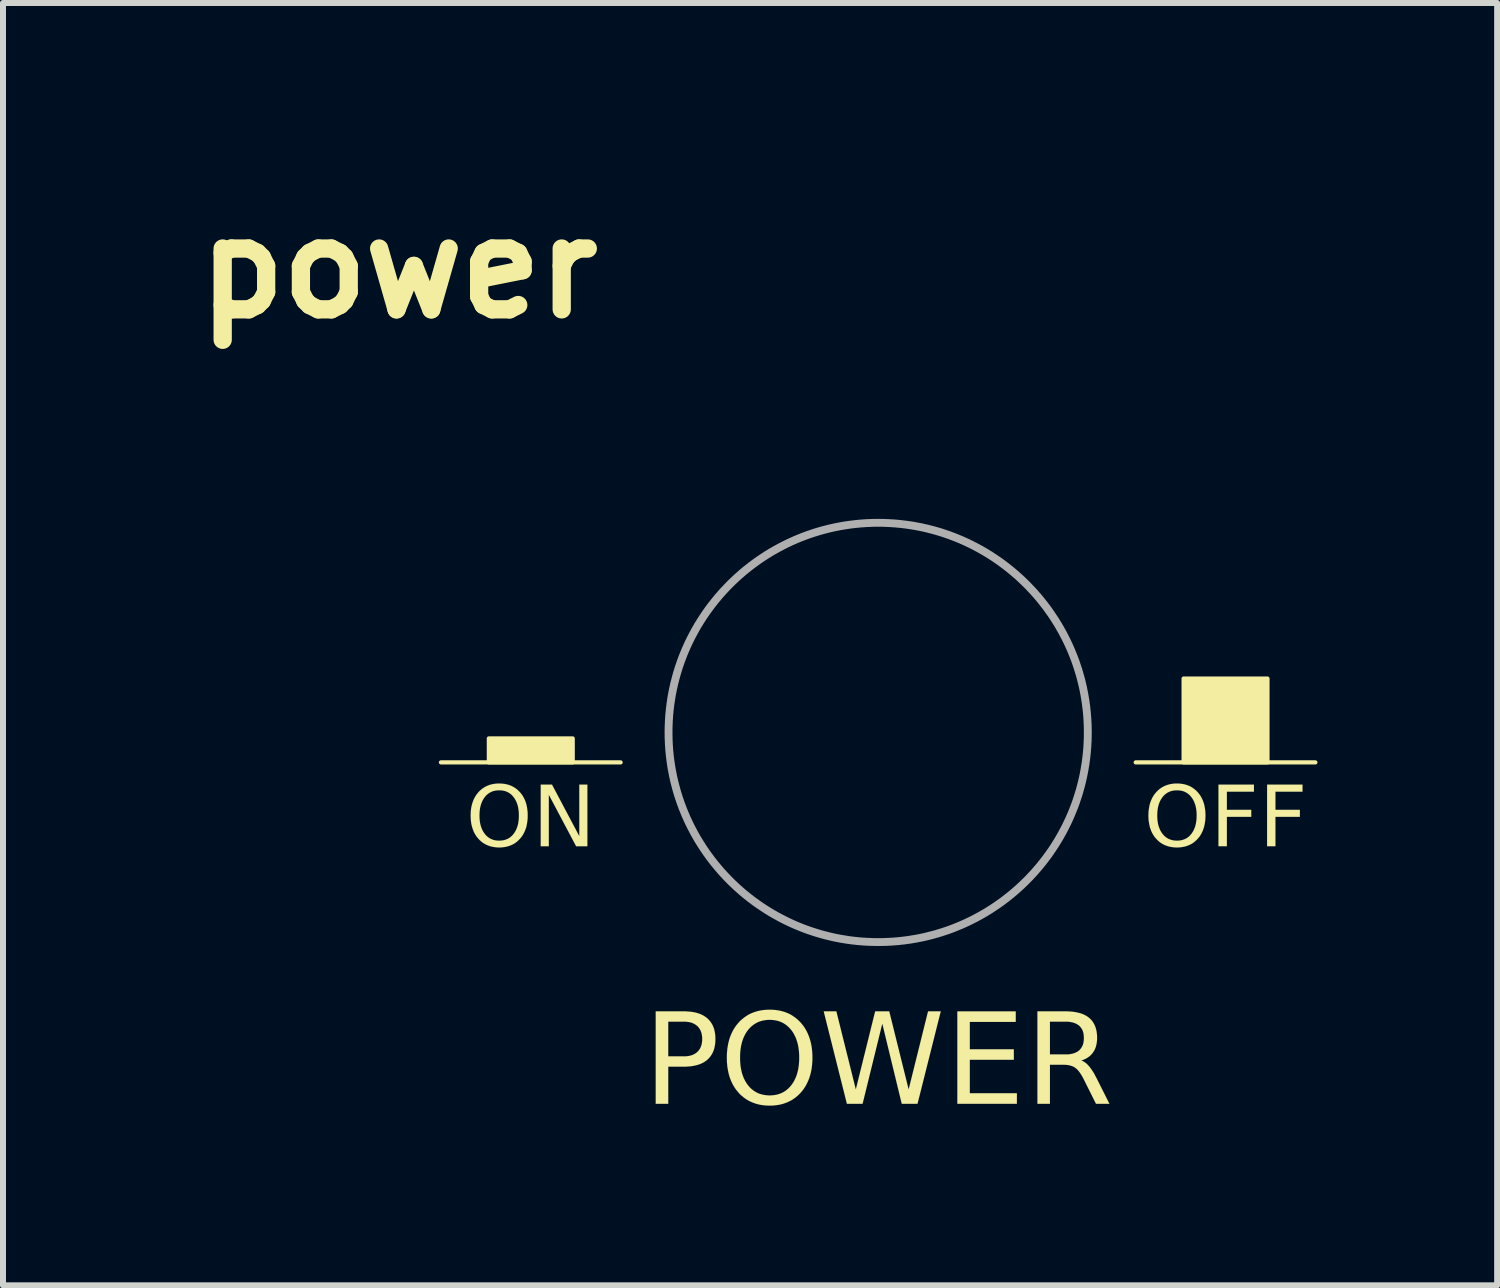
<source format=kicad_pcb>
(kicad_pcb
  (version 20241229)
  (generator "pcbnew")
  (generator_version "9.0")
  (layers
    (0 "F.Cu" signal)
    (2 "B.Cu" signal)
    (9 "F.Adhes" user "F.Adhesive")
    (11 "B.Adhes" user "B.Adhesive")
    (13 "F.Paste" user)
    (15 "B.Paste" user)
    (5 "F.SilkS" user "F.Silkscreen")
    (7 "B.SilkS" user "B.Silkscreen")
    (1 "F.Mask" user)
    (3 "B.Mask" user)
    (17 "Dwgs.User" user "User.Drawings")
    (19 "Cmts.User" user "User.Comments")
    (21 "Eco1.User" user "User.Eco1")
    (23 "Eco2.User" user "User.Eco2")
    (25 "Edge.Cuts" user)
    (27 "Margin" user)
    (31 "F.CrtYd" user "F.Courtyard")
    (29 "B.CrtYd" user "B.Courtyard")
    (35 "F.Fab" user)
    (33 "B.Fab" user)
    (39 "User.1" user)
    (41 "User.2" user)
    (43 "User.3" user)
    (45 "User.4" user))
  (footprint "power"
    (layer "F.Cu")
    (at 3.607 4.474)
    (property "Reference" "power" (at 0 -3.048 0) (layer "F.SilkS") (effects (font (size 1.524 1.524) (thickness 0.305))))
    (attr exclude_from_pos_files exclude_from_bom)
    (fp_line (start 0.705 5.205) (end 3.705 5.205) (stroke (width 0.07) (type solid)) (layer "F.SilkS"))
    (fp_line (start 12.305 5.205) (end 15.305 5.205) (stroke (width 0.07) (type solid)) (layer "F.SilkS"))
    (fp_poly (pts (xy 1.505 5.205) (xy 1.505 4.805) (xy 2.905 4.805) (xy 2.905 5.205) (xy 1.505 5.205)) (stroke (width 0.07) (type solid)) (fill yes) (layer "F.SilkS"))
    (fp_poly (pts (xy 13.105 5.205) (xy 13.105 3.805) (xy 14.505 3.805) (xy 14.505 5.205) (xy 13.105 5.205)) (stroke (width 0.07) (type solid)) (fill yes) (layer "F.SilkS"))
    (fp_poly (pts (xy 2.371 5.576) (xy 2.559 5.576) (xy 3.015 6.437) (xy 3.015 5.576) (xy 3.15 5.576) (xy 3.15 6.605) (xy 2.962 6.605) (xy 2.506 5.745) (xy 2.506 6.605) (xy 2.371 6.605) (xy 2.371 5.576)) (stroke (width 0.001) (type solid)) (fill yes) (layer "F.SilkS"))
    (fp_poly (pts (xy 13.687 5.576) (xy 14.279 5.576) (xy 14.279 5.694) (xy 13.827 5.694) (xy 13.827 5.997) (xy 14.234 5.997) (xy 14.234 6.114) (xy 13.827 6.114) (xy 13.827 6.605) (xy 13.687 6.605) (xy 13.687 5.576)) (stroke (width 0.001) (type solid)) (fill yes) (layer "F.SilkS"))
    (fp_poly (pts (xy 14.499 5.576) (xy 15.09 5.576) (xy 15.09 5.694) (xy 14.638 5.694) (xy 14.638 5.997) (xy 15.046 5.997) (xy 15.046 6.114) (xy 14.638 6.114) (xy 14.638 6.605) (xy 14.499 6.605) (xy 14.499 5.576)) (stroke (width 0.001) (type solid)) (fill yes) (layer "F.SilkS"))
    (fp_poly (pts (xy 9.327 9.362) (xy 10.302 9.362) (xy 10.302 9.538) (xy 9.535 9.538) (xy 9.535 9.995) (xy 10.27 9.995) (xy 10.27 10.17) (xy 9.535 10.17) (xy 9.535 10.729) (xy 10.321 10.729) (xy 10.321 10.905) (xy 9.327 10.905) (xy 9.327 9.362)) (stroke (width 0.001) (type solid)) (fill yes) (layer "F.SilkS"))
    (fp_poly (pts (xy 7.096 9.362) (xy 7.307 9.362) (xy 7.632 10.666) (xy 7.955 9.362) (xy 8.19 9.362) (xy 8.514 10.666) (xy 8.838 9.362) (xy 9.05 9.362) (xy 8.662 10.905) (xy 8.399 10.905) (xy 8.074 9.566) (xy 7.745 10.905) (xy 7.483 10.905) (xy 7.096 9.362)) (stroke (width 0.001) (type solid)) (fill yes) (layer "F.SilkS"))
    (fp_poly (pts (xy 4.5 9.534) (xy 4.291 9.362) (xy 4.762 9.362) (xy 4.793 9.362) (xy 4.822 9.364) (xy 4.85 9.366) (xy 4.877 9.369) (xy 4.904 9.372) (xy 4.93 9.377) (xy 4.955 9.382) (xy 4.978 9.388) (xy 5.001 9.395) (xy 5.024 9.403) (xy 5.045 9.411) (xy 5.065 9.421) (xy 5.085 9.431) (xy 5.103 9.442) (xy 5.121 9.454) (xy 5.138 9.466) (xy 5.154 9.48) (xy 5.17 9.495) (xy 5.185 9.511) (xy 5.199 9.528) (xy 5.212 9.545) (xy 5.224 9.564) (xy 5.235 9.583) (xy 5.245 9.603) (xy 5.254 9.624) (xy 5.262 9.646) (xy 5.269 9.669) (xy 5.274 9.692) (xy 5.279 9.717) (xy 5.283 9.742) (xy 5.285 9.768) (xy 5.287 9.795) (xy 5.287 9.823) (xy 5.287 9.851) (xy 5.285 9.878) (xy 5.283 9.905) (xy 5.279 9.93) (xy 5.274 9.955) (xy 5.269 9.979) (xy 5.262 10.001) (xy 5.254 10.024) (xy 5.245 10.045) (xy 5.235 10.065) (xy 5.224 10.084) (xy 5.212 10.103) (xy 5.199 10.12) (xy 5.185 10.137) (xy 5.17 10.153) (xy 5.154 10.168) (xy 5.138 10.182) (xy 5.121 10.194) (xy 5.103 10.206) (xy 5.085 10.217) (xy 5.065 10.227) (xy 5.045 10.236) (xy 5.024 10.245) (xy 5.001 10.252) (xy 4.978 10.259) (xy 4.955 10.265) (xy 4.93 10.27) (xy 4.904 10.275) (xy 4.877 10.279) (xy 4.85 10.281) (xy 4.822 10.283) (xy 4.793 10.285) (xy 4.762 10.285) (xy 4.5 10.285) (xy 4.5 10.905) (xy 4.291 10.905) (xy 4.291 9.362) (xy 4.5 9.534) (xy 4.5 10.113) (xy 4.762 10.113) (xy 4.791 10.113) (xy 4.818 10.11) (xy 4.844 10.107) (xy 4.868 10.101) (xy 4.892 10.095) (xy 4.914 10.086) (xy 4.934 10.076) (xy 4.953 10.065) (xy 4.971 10.052) (xy 4.988 10.038) (xy 5.003 10.022) (xy 5.016 10.005) (xy 5.028 9.987) (xy 5.039 9.967) (xy 5.047 9.947) (xy 5.055 9.924) (xy 5.06 9.901) (xy 5.064 9.876) (xy 5.067 9.85) (xy 5.067 9.823) (xy 5.067 9.796) (xy 5.064 9.77) (xy 5.06 9.746) (xy 5.055 9.722) (xy 5.047 9.7) (xy 5.039 9.68) (xy 5.028 9.66) (xy 5.016 9.642) (xy 5.003 9.625) (xy 4.988 9.609) (xy 4.971 9.595) (xy 4.953 9.582) (xy 4.934 9.571) (xy 4.914 9.561) (xy 4.892 9.552) (xy 4.868 9.546) (xy 4.844 9.54) (xy 4.818 9.537) (xy 4.791 9.534) (xy 4.762 9.534) (xy 4.5 9.534)) (stroke (width 0.001) (type solid)) (fill yes) (layer "F.SilkS"))
    (fp_poly (pts (xy 11.396 10.182) (xy 10.873 10.081) (xy 11.135 10.081) (xy 11.165 10.081) (xy 11.193 10.079) (xy 11.219 10.075) (xy 11.244 10.07) (xy 11.267 10.064) (xy 11.289 10.056) (xy 11.31 10.047) (xy 11.329 10.037) (xy 11.347 10.025) (xy 11.363 10.012) (xy 11.377 9.997) (xy 11.39 9.981) (xy 11.402 9.964) (xy 11.412 9.945) (xy 11.421 9.926) (xy 11.428 9.904) (xy 11.433 9.882) (xy 11.437 9.858) (xy 11.439 9.833) (xy 11.44 9.806) (xy 11.439 9.78) (xy 11.437 9.755) (xy 11.433 9.731) (xy 11.428 9.709) (xy 11.421 9.688) (xy 11.412 9.668) (xy 11.402 9.65) (xy 11.39 9.633) (xy 11.377 9.617) (xy 11.363 9.603) (xy 11.347 9.59) (xy 11.329 9.578) (xy 11.31 9.568) (xy 11.289 9.559) (xy 11.267 9.551) (xy 11.244 9.545) (xy 11.219 9.54) (xy 11.193 9.536) (xy 11.165 9.534) (xy 11.135 9.534) (xy 10.873 9.534) (xy 10.873 10.081) (xy 11.396 10.182) (xy 11.415 10.189) (xy 11.434 10.199) (xy 11.452 10.211) (xy 11.471 10.224) (xy 11.49 10.24) (xy 11.508 10.259) (xy 11.526 10.279) (xy 11.539 10.294) (xy 11.551 10.311) (xy 11.564 10.328) (xy 11.577 10.347) (xy 11.59 10.367) (xy 11.603 10.388) (xy 11.616 10.41) (xy 11.628 10.434) (xy 11.641 10.458) (xy 11.654 10.483) (xy 11.866 10.905) (xy 11.642 10.905) (xy 11.444 10.509) (xy 11.429 10.479) (xy 11.414 10.451) (xy 11.399 10.426) (xy 11.384 10.402) (xy 11.369 10.38) (xy 11.354 10.361) (xy 11.339 10.343) (xy 11.324 10.328) (xy 11.31 10.315) (xy 11.295 10.304) (xy 11.277 10.292) (xy 11.256 10.281) (xy 11.234 10.273) (xy 11.211 10.266) (xy 11.186 10.26) (xy 11.159 10.256) (xy 11.13 10.254) (xy 11.1 10.253) (xy 10.873 10.253) (xy 10.873 10.905) (xy 10.664 10.905) (xy 10.664 9.362) (xy 11.135 9.362) (xy 11.166 9.362) (xy 11.196 9.364) (xy 11.224 9.365) (xy 11.252 9.368) (xy 11.279 9.372) (xy 11.305 9.376) (xy 11.33 9.381) (xy 11.354 9.387) (xy 11.378 9.393) (xy 11.4 9.4) (xy 11.421 9.408) (xy 11.442 9.417) (xy 11.461 9.427) (xy 11.48 9.437) (xy 11.497 9.448) (xy 11.514 9.46) (xy 11.53 9.473) (xy 11.547 9.488) (xy 11.562 9.504) (xy 11.577 9.521) (xy 11.59 9.54) (xy 11.602 9.559) (xy 11.613 9.579) (xy 11.623 9.6) (xy 11.632 9.623) (xy 11.639 9.646) (xy 11.646 9.67) (xy 11.651 9.695) (xy 11.655 9.722) (xy 11.658 9.749) (xy 11.66 9.777) (xy 11.66 9.806) (xy 11.66 9.835) (xy 11.657 9.863) (xy 11.654 9.889) (xy 11.649 9.915) (xy 11.643 9.94) (xy 11.636 9.963) (xy 11.627 9.986) (xy 11.617 10.008) (xy 11.605 10.029) (xy 11.592 10.048) (xy 11.578 10.067) (xy 11.563 10.084) (xy 11.546 10.101) (xy 11.528 10.116) (xy 11.509 10.13) (xy 11.489 10.142) (xy 11.468 10.154) (xy 11.445 10.164) (xy 11.421 10.174) (xy 11.396 10.182) (xy 11.396 10.182)) (stroke (width 0.001) (type solid)) (fill yes) (layer "F.SilkS"))
    (fp_poly (pts (xy 1.678 5.671) (xy 1.678 5.558) (xy 1.705 5.558) (xy 1.731 5.56) (xy 1.756 5.563) (xy 1.781 5.567) (xy 1.805 5.572) (xy 1.828 5.578) (xy 1.851 5.586) (xy 1.873 5.594) (xy 1.894 5.604) (xy 1.915 5.615) (xy 1.935 5.627) (xy 1.954 5.64) (xy 1.972 5.654) (xy 1.99 5.669) (xy 2.007 5.686) (xy 2.024 5.703) (xy 2.039 5.721) (xy 2.053 5.739) (xy 2.066 5.757) (xy 2.078 5.777) (xy 2.089 5.797) (xy 2.099 5.818) (xy 2.109 5.839) (xy 2.117 5.861) (xy 2.125 5.884) (xy 2.132 5.908) (xy 2.137 5.932) (xy 2.142 5.957) (xy 2.146 5.983) (xy 2.149 6.009) (xy 2.152 6.036) (xy 2.153 6.063) (xy 2.153 6.092) (xy 2.153 6.12) (xy 2.152 6.148) (xy 2.149 6.175) (xy 2.146 6.201) (xy 2.142 6.226) (xy 2.137 6.251) (xy 2.132 6.276) (xy 2.125 6.299) (xy 2.117 6.322) (xy 2.109 6.344) (xy 2.099 6.366) (xy 2.089 6.386) (xy 2.078 6.407) (xy 2.066 6.426) (xy 2.053 6.445) (xy 2.039 6.463) (xy 2.024 6.48) (xy 2.007 6.498) (xy 1.99 6.514) (xy 1.972 6.53) (xy 1.954 6.544) (xy 1.935 6.557) (xy 1.915 6.569) (xy 1.894 6.579) (xy 1.873 6.589) (xy 1.851 6.597) (xy 1.828 6.605) (xy 1.805 6.611) (xy 1.781 6.616) (xy 1.756 6.62) (xy 1.731 6.623) (xy 1.705 6.625) (xy 1.678 6.625) (xy 1.651 6.625) (xy 1.625 6.623) (xy 1.6 6.62) (xy 1.575 6.616) (xy 1.551 6.611) (xy 1.527 6.605) (xy 1.505 6.597) (xy 1.483 6.589) (xy 1.461 6.579) (xy 1.441 6.569) (xy 1.421 6.557) (xy 1.401 6.544) (xy 1.383 6.53) (xy 1.365 6.514) (xy 1.347 6.498) (xy 1.331 6.48) (xy 1.316 6.463) (xy 1.302 6.445) (xy 1.289 6.426) (xy 1.277 6.407) (xy 1.266 6.387) (xy 1.255 6.366) (xy 1.246 6.344) (xy 1.238 6.322) (xy 1.23 6.299) (xy 1.223 6.276) (xy 1.217 6.252) (xy 1.212 6.227) (xy 1.208 6.201) (xy 1.205 6.175) (xy 1.203 6.148) (xy 1.202 6.12) (xy 1.201 6.092) (xy 1.202 6.063) (xy 1.203 6.036) (xy 1.205 6.009) (xy 1.208 5.983) (xy 1.212 5.957) (xy 1.217 5.932) (xy 1.223 5.908) (xy 1.23 5.884) (xy 1.238 5.861) (xy 1.246 5.839) (xy 1.255 5.818) (xy 1.266 5.797) (xy 1.277 5.777) (xy 1.289 5.757) (xy 1.302 5.739) (xy 1.316 5.721) (xy 1.331 5.703) (xy 1.347 5.686) (xy 1.365 5.669) (xy 1.383 5.654) (xy 1.401 5.64) (xy 1.421 5.627) (xy 1.441 5.615) (xy 1.461 5.604) (xy 1.483 5.594) (xy 1.505 5.586) (xy 1.527 5.578) (xy 1.551 5.572) (xy 1.575 5.567) (xy 1.6 5.563) (xy 1.625 5.56) (xy 1.651 5.558) (xy 1.678 5.558) (xy 1.678 5.671) (xy 1.653 5.672) (xy 1.629 5.674) (xy 1.606 5.678) (xy 1.584 5.683) (xy 1.562 5.69) (xy 1.542 5.699) (xy 1.522 5.709) (xy 1.503 5.721) (xy 1.486 5.734) (xy 1.468 5.749) (xy 1.452 5.766) (xy 1.437 5.784) (xy 1.424 5.802) (xy 1.412 5.821) (xy 1.401 5.84) (xy 1.391 5.861) (xy 1.382 5.883) (xy 1.374 5.906) (xy 1.367 5.929) (xy 1.361 5.954) (xy 1.356 5.98) (xy 1.353 6.006) (xy 1.35 6.034) (xy 1.349 6.062) (xy 1.348 6.092) (xy 1.349 6.121) (xy 1.35 6.15) (xy 1.353 6.177) (xy 1.356 6.204) (xy 1.361 6.229) (xy 1.367 6.254) (xy 1.374 6.277) (xy 1.382 6.3) (xy 1.391 6.322) (xy 1.401 6.343) (xy 1.412 6.362) (xy 1.424 6.381) (xy 1.437 6.399) (xy 1.452 6.417) (xy 1.468 6.434) (xy 1.486 6.449) (xy 1.503 6.462) (xy 1.522 6.474) (xy 1.542 6.484) (xy 1.562 6.492) (xy 1.584 6.5) (xy 1.606 6.505) (xy 1.629 6.509) (xy 1.653 6.511) (xy 1.678 6.512) (xy 1.703 6.511) (xy 1.727 6.509) (xy 1.75 6.505) (xy 1.772 6.5) (xy 1.793 6.492) (xy 1.814 6.484) (xy 1.833 6.474) (xy 1.852 6.462) (xy 1.87 6.449) (xy 1.887 6.434) (xy 1.903 6.417) (xy 1.918 6.399) (xy 1.931 6.381) (xy 1.943 6.362) (xy 1.954 6.343) (xy 1.964 6.322) (xy 1.973 6.3) (xy 1.981 6.277) (xy 1.988 6.254) (xy 1.994 6.229) (xy 1.998 6.204) (xy 2.002 6.177) (xy 2.005 6.15) (xy 2.006 6.121) (xy 2.007 6.092) (xy 2.006 6.062) (xy 2.005 6.034) (xy 2.002 6.006) (xy 1.998 5.98) (xy 1.994 5.954) (xy 1.988 5.929) (xy 1.981 5.906) (xy 1.973 5.883) (xy 1.964 5.861) (xy 1.954 5.84) (xy 1.943 5.821) (xy 1.931 5.802) (xy 1.918 5.784) (xy 1.903 5.766) (xy 1.887 5.749) (xy 1.87 5.734) (xy 1.852 5.721) (xy 1.833 5.709) (xy 1.814 5.699) (xy 1.793 5.69) (xy 1.772 5.683) (xy 1.75 5.678) (xy 1.727 5.674) (xy 1.703 5.672) (xy 1.678 5.671)) (stroke (width 0.001) (type solid)) (fill yes) (layer "F.SilkS"))
    (fp_poly (pts (xy 12.994 5.671) (xy 12.994 5.558) (xy 13.021 5.558) (xy 13.047 5.56) (xy 13.072 5.563) (xy 13.097 5.567) (xy 13.121 5.572) (xy 13.144 5.578) (xy 13.167 5.586) (xy 13.189 5.594) (xy 13.21 5.604) (xy 13.231 5.615) (xy 13.251 5.627) (xy 13.27 5.64) (xy 13.288 5.654) (xy 13.306 5.669) (xy 13.324 5.686) (xy 13.34 5.703) (xy 13.355 5.721) (xy 13.369 5.739) (xy 13.382 5.757) (xy 13.394 5.777) (xy 13.405 5.797) (xy 13.415 5.818) (xy 13.425 5.839) (xy 13.433 5.861) (xy 13.441 5.884) (xy 13.448 5.908) (xy 13.453 5.932) (xy 13.458 5.957) (xy 13.462 5.983) (xy 13.466 6.009) (xy 13.468 6.036) (xy 13.469 6.063) (xy 13.47 6.092) (xy 13.469 6.12) (xy 13.468 6.148) (xy 13.466 6.175) (xy 13.462 6.201) (xy 13.458 6.226) (xy 13.453 6.251) (xy 13.448 6.276) (xy 13.441 6.299) (xy 13.433 6.322) (xy 13.425 6.344) (xy 13.415 6.366) (xy 13.405 6.386) (xy 13.394 6.407) (xy 13.382 6.426) (xy 13.369 6.445) (xy 13.355 6.463) (xy 13.34 6.48) (xy 13.324 6.498) (xy 13.306 6.514) (xy 13.288 6.53) (xy 13.27 6.544) (xy 13.251 6.557) (xy 13.231 6.569) (xy 13.21 6.579) (xy 13.189 6.589) (xy 13.167 6.597) (xy 13.144 6.605) (xy 13.121 6.611) (xy 13.097 6.616) (xy 13.072 6.62) (xy 13.047 6.623) (xy 13.021 6.625) (xy 12.994 6.625) (xy 12.967 6.625) (xy 12.941 6.623) (xy 12.916 6.62) (xy 12.891 6.616) (xy 12.867 6.611) (xy 12.844 6.605) (xy 12.821 6.597) (xy 12.799 6.589) (xy 12.777 6.579) (xy 12.757 6.569) (xy 12.737 6.557) (xy 12.717 6.544) (xy 12.699 6.53) (xy 12.681 6.514) (xy 12.664 6.498) (xy 12.647 6.48) (xy 12.632 6.463) (xy 12.618 6.445) (xy 12.605 6.426) (xy 12.593 6.407) (xy 12.582 6.387) (xy 12.572 6.366) (xy 12.562 6.344) (xy 12.554 6.322) (xy 12.546 6.299) (xy 12.539 6.276) (xy 12.534 6.252) (xy 12.529 6.227) (xy 12.525 6.201) (xy 12.521 6.175) (xy 12.519 6.148) (xy 12.518 6.12) (xy 12.517 6.092) (xy 12.518 6.063) (xy 12.519 6.036) (xy 12.521 6.009) (xy 12.525 5.983) (xy 12.529 5.957) (xy 12.534 5.932) (xy 12.539 5.908) (xy 12.546 5.884) (xy 12.554 5.861) (xy 12.562 5.839) (xy 12.572 5.818) (xy 12.582 5.797) (xy 12.593 5.777) (xy 12.605 5.757) (xy 12.618 5.739) (xy 12.632 5.721) (xy 12.647 5.703) (xy 12.664 5.686) (xy 12.681 5.669) (xy 12.699 5.654) (xy 12.717 5.64) (xy 12.737 5.627) (xy 12.757 5.615) (xy 12.777 5.604) (xy 12.799 5.594) (xy 12.821 5.586) (xy 12.844 5.578) (xy 12.867 5.572) (xy 12.891 5.567) (xy 12.916 5.563) (xy 12.941 5.56) (xy 12.967 5.558) (xy 12.994 5.558) (xy 12.994 5.671) (xy 12.969 5.672) (xy 12.945 5.674) (xy 12.922 5.678) (xy 12.9 5.683) (xy 12.879 5.69) (xy 12.858 5.699) (xy 12.838 5.709) (xy 12.82 5.721) (xy 12.802 5.734) (xy 12.785 5.749) (xy 12.768 5.766) (xy 12.753 5.784) (xy 12.74 5.802) (xy 12.728 5.821) (xy 12.717 5.84) (xy 12.707 5.861) (xy 12.698 5.883) (xy 12.69 5.906) (xy 12.683 5.929) (xy 12.677 5.954) (xy 12.673 5.98) (xy 12.669 6.006) (xy 12.666 6.034) (xy 12.665 6.062) (xy 12.664 6.092) (xy 12.665 6.121) (xy 12.666 6.15) (xy 12.669 6.177) (xy 12.673 6.204) (xy 12.677 6.229) (xy 12.683 6.254) (xy 12.69 6.277) (xy 12.698 6.3) (xy 12.707 6.322) (xy 12.717 6.343) (xy 12.728 6.362) (xy 12.74 6.381) (xy 12.753 6.399) (xy 12.768 6.417) (xy 12.785 6.434) (xy 12.802 6.449) (xy 12.82 6.462) (xy 12.838 6.474) (xy 12.858 6.484) (xy 12.879 6.492) (xy 12.9 6.5) (xy 12.922 6.505) (xy 12.945 6.509) (xy 12.969 6.511) (xy 12.994 6.512) (xy 13.019 6.511) (xy 13.043 6.509) (xy 13.066 6.505) (xy 13.088 6.5) (xy 13.109 6.492) (xy 13.13 6.484) (xy 13.149 6.474) (xy 13.168 6.462) (xy 13.186 6.449) (xy 13.203 6.434) (xy 13.219 6.417) (xy 13.234 6.399) (xy 13.247 6.381) (xy 13.259 6.362) (xy 13.27 6.343) (xy 13.28 6.322) (xy 13.289 6.3) (xy 13.297 6.277) (xy 13.304 6.254) (xy 13.31 6.229) (xy 13.314 6.204) (xy 13.318 6.177) (xy 13.321 6.15) (xy 13.322 6.121) (xy 13.323 6.092) (xy 13.322 6.062) (xy 13.321 6.034) (xy 13.318 6.006) (xy 13.314 5.98) (xy 13.31 5.954) (xy 13.304 5.929) (xy 13.297 5.906) (xy 13.289 5.883) (xy 13.28 5.861) (xy 13.27 5.84) (xy 13.259 5.821) (xy 13.247 5.802) (xy 13.234 5.784) (xy 13.219 5.766) (xy 13.203 5.749) (xy 13.186 5.734) (xy 13.168 5.721) (xy 13.149 5.709) (xy 13.13 5.699) (xy 13.109 5.69) (xy 13.088 5.683) (xy 13.066 5.678) (xy 13.043 5.674) (xy 13.019 5.672) (xy 12.994 5.671)) (stroke (width 0.001) (type solid)) (fill yes) (layer "F.SilkS"))
    (fp_poly (pts (xy 6.194 9.504) (xy 6.194 9.334) (xy 6.221 9.335) (xy 6.247 9.336) (xy 6.273 9.338) (xy 6.298 9.34) (xy 6.323 9.344) (xy 6.348 9.348) (xy 6.372 9.353) (xy 6.396 9.358) (xy 6.419 9.365) (xy 6.442 9.372) (xy 6.464 9.38) (xy 6.486 9.389) (xy 6.507 9.398) (xy 6.528 9.408) (xy 6.549 9.419) (xy 6.569 9.431) (xy 6.588 9.444) (xy 6.607 9.457) (xy 6.626 9.471) (xy 6.644 9.486) (xy 6.662 9.501) (xy 6.679 9.517) (xy 6.696 9.534) (xy 6.713 9.552) (xy 6.728 9.57) (xy 6.743 9.588) (xy 6.757 9.606) (xy 6.77 9.625) (xy 6.783 9.645) (xy 6.795 9.665) (xy 6.806 9.685) (xy 6.817 9.706) (xy 6.827 9.728) (xy 6.837 9.75) (xy 6.846 9.772) (xy 6.854 9.795) (xy 6.862 9.818) (xy 6.869 9.842) (xy 6.876 9.866) (xy 6.882 9.891) (xy 6.887 9.916) (xy 6.892 9.942) (xy 6.896 9.968) (xy 6.899 9.995) (xy 6.902 10.022) (xy 6.904 10.049) (xy 6.906 10.078) (xy 6.907 10.106) (xy 6.907 10.135) (xy 6.907 10.164) (xy 6.906 10.193) (xy 6.904 10.221) (xy 6.902 10.248) (xy 6.899 10.275) (xy 6.896 10.302) (xy 6.892 10.328) (xy 6.887 10.354) (xy 6.882 10.379) (xy 6.876 10.404) (xy 6.869 10.428) (xy 6.862 10.452) (xy 6.854 10.475) (xy 6.846 10.498) (xy 6.837 10.52) (xy 6.827 10.542) (xy 6.817 10.563) (xy 6.806 10.584) (xy 6.795 10.605) (xy 6.783 10.625) (xy 6.77 10.644) (xy 6.757 10.664) (xy 6.743 10.682) (xy 6.728 10.7) (xy 6.713 10.718) (xy 6.696 10.736) (xy 6.679 10.753) (xy 6.662 10.769) (xy 6.644 10.784) (xy 6.626 10.799) (xy 6.607 10.813) (xy 6.588 10.826) (xy 6.569 10.839) (xy 6.549 10.85) (xy 6.528 10.861) (xy 6.507 10.871) (xy 6.486 10.881) (xy 6.464 10.889) (xy 6.442 10.897) (xy 6.419 10.905) (xy 6.396 10.911) (xy 6.372 10.917) (xy 6.348 10.922) (xy 6.323 10.926) (xy 6.298 10.929) (xy 6.273 10.932) (xy 6.247 10.934) (xy 6.221 10.935) (xy 6.194 10.935) (xy 6.167 10.935) (xy 6.141 10.934) (xy 6.115 10.932) (xy 6.089 10.929) (xy 6.064 10.926) (xy 6.039 10.922) (xy 6.015 10.917) (xy 5.991 10.911) (xy 5.968 10.905) (xy 5.945 10.897) (xy 5.923 10.889) (xy 5.901 10.881) (xy 5.879 10.871) (xy 5.858 10.861) (xy 5.838 10.85) (xy 5.818 10.839) (xy 5.798 10.826) (xy 5.779 10.813) (xy 5.76 10.799) (xy 5.742 10.784) (xy 5.724 10.769) (xy 5.706 10.753) (xy 5.689 10.736) (xy 5.673 10.718) (xy 5.658 10.7) (xy 5.643 10.682) (xy 5.629 10.664) (xy 5.616 10.645) (xy 5.603 10.625) (xy 5.591 10.605) (xy 5.579 10.585) (xy 5.569 10.564) (xy 5.558 10.542) (xy 5.549 10.521) (xy 5.54 10.498) (xy 5.531 10.475) (xy 5.523 10.452) (xy 5.516 10.428) (xy 5.51 10.404) (xy 5.504 10.379) (xy 5.499 10.354) (xy 5.494 10.328) (xy 5.49 10.302) (xy 5.486 10.276) (xy 5.484 10.248) (xy 5.481 10.221) (xy 5.48 10.193) (xy 5.479 10.164) (xy 5.479 10.135) (xy 5.479 10.106) (xy 5.48 10.078) (xy 5.481 10.049) (xy 5.484 10.022) (xy 5.486 9.995) (xy 5.49 9.968) (xy 5.494 9.942) (xy 5.499 9.916) (xy 5.504 9.891) (xy 5.51 9.866) (xy 5.516 9.842) (xy 5.523 9.818) (xy 5.531 9.795) (xy 5.54 9.772) (xy 5.549 9.75) (xy 5.558 9.728) (xy 5.569 9.706) (xy 5.579 9.685) (xy 5.591 9.665) (xy 5.603 9.645) (xy 5.616 9.625) (xy 5.629 9.606) (xy 5.643 9.588) (xy 5.658 9.57) (xy 5.673 9.552) (xy 5.689 9.534) (xy 5.706 9.517) (xy 5.724 9.501) (xy 5.742 9.486) (xy 5.76 9.471) (xy 5.779 9.457) (xy 5.798 9.444) (xy 5.818 9.431) (xy 5.838 9.419) (xy 5.858 9.408) (xy 5.879 9.398) (xy 5.901 9.389) (xy 5.923 9.38) (xy 5.945 9.372) (xy 5.968 9.365) (xy 5.991 9.358) (xy 6.015 9.353) (xy 6.039 9.348) (xy 6.064 9.344) (xy 6.089 9.34) (xy 6.115 9.338) (xy 6.141 9.336) (xy 6.167 9.335) (xy 6.194 9.334) (xy 6.194 9.504) (xy 6.167 9.504) (xy 6.142 9.506) (xy 6.117 9.509) (xy 6.092 9.513) (xy 6.068 9.518) (xy 6.045 9.525) (xy 6.022 9.532) (xy 6 9.541) (xy 5.979 9.551) (xy 5.959 9.562) (xy 5.939 9.575) (xy 5.919 9.588) (xy 5.901 9.603) (xy 5.882 9.619) (xy 5.865 9.636) (xy 5.848 9.654) (xy 5.832 9.673) (xy 5.819 9.69) (xy 5.807 9.708) (xy 5.795 9.727) (xy 5.784 9.746) (xy 5.774 9.766) (xy 5.764 9.786) (xy 5.755 9.807) (xy 5.747 9.828) (xy 5.739 9.851) (xy 5.732 9.873) (xy 5.726 9.897) (xy 5.72 9.921) (xy 5.715 9.945) (xy 5.711 9.971) (xy 5.707 9.997) (xy 5.704 10.023) (xy 5.702 10.05) (xy 5.7 10.078) (xy 5.699 10.106) (xy 5.699 10.135) (xy 5.699 10.164) (xy 5.7 10.192) (xy 5.702 10.22) (xy 5.704 10.247) (xy 5.707 10.273) (xy 5.711 10.299) (xy 5.715 10.324) (xy 5.72 10.349) (xy 5.726 10.373) (xy 5.732 10.396) (xy 5.739 10.419) (xy 5.747 10.441) (xy 5.755 10.462) (xy 5.764 10.483) (xy 5.774 10.504) (xy 5.784 10.523) (xy 5.795 10.542) (xy 5.807 10.561) (xy 5.819 10.579) (xy 5.832 10.596) (xy 5.848 10.615) (xy 5.865 10.634) (xy 5.882 10.651) (xy 5.901 10.666) (xy 5.919 10.681) (xy 5.939 10.695) (xy 5.959 10.707) (xy 5.979 10.718) (xy 6 10.728) (xy 6.022 10.737) (xy 6.045 10.744) (xy 6.068 10.751) (xy 6.092 10.756) (xy 6.117 10.76) (xy 6.142 10.763) (xy 6.167 10.765) (xy 6.194 10.766) (xy 6.22 10.765) (xy 6.246 10.763) (xy 6.271 10.76) (xy 6.296 10.756) (xy 6.319 10.751) (xy 6.343 10.744) (xy 6.365 10.737) (xy 6.387 10.728) (xy 6.408 10.718) (xy 6.428 10.707) (xy 6.448 10.695) (xy 6.468 10.681) (xy 6.486 10.666) (xy 6.504 10.651) (xy 6.521 10.634) (xy 6.538 10.615) (xy 6.554 10.596) (xy 6.567 10.579) (xy 6.579 10.561) (xy 6.591 10.542) (xy 6.602 10.523) (xy 6.612 10.504) (xy 6.622 10.483) (xy 6.631 10.462) (xy 6.639 10.441) (xy 6.647 10.419) (xy 6.654 10.396) (xy 6.66 10.373) (xy 6.666 10.349) (xy 6.671 10.324) (xy 6.675 10.299) (xy 6.679 10.273) (xy 6.682 10.247) (xy 6.684 10.22) (xy 6.686 10.192) (xy 6.687 10.164) (xy 6.687 10.135) (xy 6.687 10.106) (xy 6.686 10.078) (xy 6.684 10.05) (xy 6.682 10.023) (xy 6.679 9.997) (xy 6.675 9.971) (xy 6.671 9.945) (xy 6.666 9.921) (xy 6.66 9.897) (xy 6.654 9.873) (xy 6.647 9.851) (xy 6.639 9.828) (xy 6.631 9.807) (xy 6.622 9.786) (xy 6.612 9.766) (xy 6.602 9.746) (xy 6.591 9.727) (xy 6.579 9.708) (xy 6.567 9.69) (xy 6.554 9.673) (xy 6.538 9.654) (xy 6.521 9.636) (xy 6.504 9.619) (xy 6.486 9.603) (xy 6.468 9.588) (xy 6.448 9.575) (xy 6.428 9.562) (xy 6.408 9.551) (xy 6.387 9.541) (xy 6.365 9.532) (xy 6.343 9.525) (xy 6.319 9.518) (xy 6.296 9.513) (xy 6.271 9.509) (xy 6.246 9.506) (xy 6.22 9.504) (xy 6.194 9.504)) (stroke (width 0.001) (type solid)) (fill yes) (layer "F.SilkS"))
    (fp_poly (pts (xy 8.005 1.189) (xy 8.005 1.221) (xy 8.03 1.221) (xy 8.055 1.221) (xy 8.081 1.221) (xy 8.106 1.222) (xy 8.131 1.223) (xy 8.156 1.224) (xy 8.181 1.225) (xy 8.205 1.226) (xy 8.23 1.228) (xy 8.255 1.23) (xy 8.28 1.231) (xy 8.304 1.233) (xy 8.329 1.236) (xy 8.354 1.238) (xy 8.378 1.24) (xy 8.403 1.243) (xy 8.427 1.246) (xy 8.452 1.249) (xy 8.476 1.252) (xy 8.5 1.256) (xy 8.524 1.259) (xy 8.549 1.263) (xy 8.573 1.267) (xy 8.597 1.271) (xy 8.621 1.275) (xy 8.645 1.279) (xy 8.669 1.284) (xy 8.692 1.288) (xy 8.716 1.293) (xy 8.74 1.298) (xy 8.764 1.303) (xy 8.787 1.309) (xy 8.811 1.314) (xy 8.834 1.32) (xy 8.858 1.326) (xy 8.881 1.332) (xy 8.904 1.338) (xy 8.928 1.344) (xy 8.951 1.351) (xy 8.974 1.357) (xy 8.997 1.364) (xy 9.02 1.371) (xy 9.043 1.378) (xy 9.065 1.385) (xy 9.088 1.392) (xy 9.111 1.4) (xy 9.134 1.408) (xy 9.156 1.415) (xy 9.179 1.423) (xy 9.201 1.431) (xy 9.223 1.44) (xy 9.246 1.448) (xy 9.268 1.457) (xy 9.29 1.465) (xy 9.312 1.474) (xy 9.334 1.483) (xy 9.356 1.492) (xy 9.378 1.501) (xy 9.399 1.511) (xy 9.421 1.52) (xy 9.443 1.53) (xy 9.464 1.54) (xy 9.486 1.55) (xy 9.507 1.56) (xy 9.528 1.57) (xy 9.55 1.581) (xy 9.571 1.591) (xy 9.592 1.602) (xy 9.613 1.613) (xy 9.634 1.624) (xy 9.654 1.635) (xy 9.675 1.646) (xy 9.696 1.658) (xy 9.716 1.669) (xy 9.737 1.681) (xy 9.757 1.692) (xy 9.777 1.704) (xy 9.797 1.716) (xy 9.818 1.729) (xy 9.838 1.741) (xy 9.857 1.753) (xy 9.877 1.766) (xy 9.897 1.779) (xy 9.917 1.791) (xy 9.936 1.804) (xy 9.956 1.817) (xy 9.975 1.831) (xy 9.994 1.844) (xy 10.013 1.857) (xy 10.033 1.871) (xy 10.052 1.885) (xy 10.07 1.899) (xy 10.089 1.912) (xy 10.108 1.927) (xy 10.127 1.941) (xy 10.145 1.955) (xy 10.163 1.97) (xy 10.182 1.984) (xy 10.2 1.999) (xy 10.218 2.014) (xy 10.236 2.028) (xy 10.254 2.044) (xy 10.272 2.059) (xy 10.289 2.074) (xy 10.307 2.089) (xy 10.325 2.105) (xy 10.342 2.12) (xy 10.359 2.136) (xy 10.376 2.152) (xy 10.393 2.168) (xy 10.41 2.184) (xy 10.427 2.2) (xy 10.444 2.217) (xy 10.461 2.233) (xy 10.477 2.25) (xy 10.494 2.266) (xy 10.51 2.283) (xy 10.526 2.3) (xy 10.542 2.317) (xy 10.558 2.334) (xy 10.574 2.351) (xy 10.59 2.368) (xy 10.605 2.386) (xy 10.621 2.403) (xy 10.636 2.421) (xy 10.651 2.438) (xy 10.667 2.456) (xy 10.682 2.474) (xy 10.697 2.492) (xy 10.711 2.51) (xy 10.726 2.528) (xy 10.741 2.547) (xy 10.755 2.565) (xy 10.769 2.584) (xy 10.784 2.602) (xy 10.798 2.621) (xy 10.812 2.64) (xy 10.825 2.659) (xy 10.839 2.678) (xy 10.853 2.697) (xy 10.866 2.716) (xy 10.88 2.735) (xy 10.893 2.755) (xy 10.906 2.774) (xy 10.919 2.794) (xy 10.932 2.813) (xy 10.944 2.833) (xy 10.957 2.853) (xy 10.969 2.873) (xy 10.982 2.893) (xy 10.994 2.913) (xy 11.006 2.933) (xy 11.018 2.953) (xy 11.029 2.974) (xy 11.041 2.994) (xy 11.053 3.015) (xy 11.064 3.035) (xy 11.075 3.056) (xy 11.086 3.077) (xy 11.097 3.098) (xy 11.108 3.118) (xy 11.119 3.14) (xy 11.129 3.161) (xy 11.14 3.182) (xy 11.15 3.203) (xy 11.16 3.224) (xy 11.17 3.246) (xy 11.18 3.267) (xy 11.19 3.289) (xy 11.199 3.311) (xy 11.209 3.332) (xy 11.218 3.354) (xy 11.227 3.376) (xy 11.236 3.398) (xy 11.245 3.42) (xy 11.254 3.442) (xy 11.262 3.465) (xy 11.271 3.487) (xy 11.279 3.509) (xy 11.287 3.532) (xy 11.295 3.554) (xy 11.303 3.577) (xy 11.31 3.599) (xy 11.318 3.622) (xy 11.325 3.645) (xy 11.332 3.668) (xy 11.339 3.69) (xy 11.346 3.713) (xy 11.353 3.736) (xy 11.36 3.759) (xy 11.366 3.783) (xy 11.372 3.806) (xy 11.378 3.829) (xy 11.384 3.853) (xy 11.39 3.876) (xy 11.396 3.899) (xy 11.401 3.923) (xy 11.407 3.947) (xy 11.412 3.97) (xy 11.417 3.994) (xy 11.422 4.018) (xy 11.426 4.042) (xy 11.431 4.065) (xy 11.435 4.089) (xy 11.439 4.113) (xy 11.443 4.137) (xy 11.447 4.162) (xy 11.451 4.186) (xy 11.455 4.21) (xy 11.458 4.234) (xy 11.461 4.259) (xy 11.464 4.283) (xy 11.467 4.307) (xy 11.47 4.332) (xy 11.472 4.356) (xy 11.475 4.381) (xy 11.477 4.406) (xy 11.479 4.43) (xy 11.481 4.455) (xy 11.482 4.48) (xy 11.484 4.505) (xy 11.485 4.53) (xy 11.486 4.555) (xy 11.487 4.58) (xy 11.488 4.605) (xy 11.489 4.63) (xy 11.489 4.655) (xy 11.489 4.68) (xy 11.489 4.705) (xy 11.489 4.73) (xy 11.489 4.755) (xy 11.489 4.781) (xy 11.488 4.806) (xy 11.487 4.831) (xy 11.486 4.856) (xy 11.485 4.88) (xy 11.484 4.905) (xy 11.482 4.93) (xy 11.481 4.955) (xy 11.479 4.98) (xy 11.477 5.004) (xy 11.475 5.029) (xy 11.472 5.054) (xy 11.47 5.078) (xy 11.467 5.103) (xy 11.464 5.127) (xy 11.461 5.152) (xy 11.458 5.176) (xy 11.455 5.2) (xy 11.451 5.224) (xy 11.447 5.249) (xy 11.443 5.273) (xy 11.439 5.297) (xy 11.435 5.321) (xy 11.431 5.345) (xy 11.426 5.369) (xy 11.422 5.392) (xy 11.417 5.416) (xy 11.412 5.44) (xy 11.407 5.464) (xy 11.401 5.487) (xy 11.396 5.511) (xy 11.39 5.534) (xy 11.384 5.558) (xy 11.378 5.581) (xy 11.372 5.604) (xy 11.366 5.627) (xy 11.36 5.651) (xy 11.353 5.674) (xy 11.346 5.697) (xy 11.339 5.72) (xy 11.332 5.743) (xy 11.325 5.765) (xy 11.318 5.788) (xy 11.31 5.811) (xy 11.303 5.834) (xy 11.295 5.856) (xy 11.287 5.879) (xy 11.279 5.901) (xy 11.271 5.923) (xy 11.262 5.946) (xy 11.254 5.968) (xy 11.245 5.99) (xy 11.236 6.012) (xy 11.227 6.034) (xy 11.218 6.056) (xy 11.209 6.078) (xy 11.199 6.099) (xy 11.19 6.121) (xy 11.18 6.143) (xy 11.17 6.164) (xy 11.16 6.186) (xy 11.15 6.207) (xy 11.14 6.228) (xy 11.129 6.25) (xy 11.119 6.271) (xy 11.108 6.292) (xy 11.097 6.313) (xy 11.086 6.333) (xy 11.075 6.354) (xy 11.064 6.375) (xy 11.053 6.396) (xy 11.041 6.416) (xy 11.029 6.437) (xy 11.018 6.457) (xy 11.006 6.477) (xy 10.994 6.497) (xy 10.982 6.517) (xy 10.969 6.537) (xy 10.957 6.557) (xy 10.944 6.577) (xy 10.932 6.597) (xy 10.919 6.617) (xy 10.906 6.636) (xy 10.893 6.656) (xy 10.88 6.675) (xy 10.866 6.694) (xy 10.853 6.713) (xy 10.839 6.733) (xy 10.825 6.752) (xy 10.812 6.77) (xy 10.798 6.789) (xy 10.784 6.808) (xy 10.769 6.827) (xy 10.755 6.845) (xy 10.741 6.863) (xy 10.726 6.882) (xy 10.711 6.9) (xy 10.697 6.918) (xy 10.682 6.936) (xy 10.667 6.954) (xy 10.651 6.972) (xy 10.636 6.989) (xy 10.621 7.007) (xy 10.605 7.025) (xy 10.59 7.042) (xy 10.574 7.059) (xy 10.558 7.076) (xy 10.542 7.093) (xy 10.526 7.11) (xy 10.51 7.127) (xy 10.494 7.144) (xy 10.477 7.161) (xy 10.461 7.177) (xy 10.444 7.194) (xy 10.427 7.21) (xy 10.41 7.226) (xy 10.393 7.242) (xy 10.376 7.258) (xy 10.359 7.274) (xy 10.342 7.29) (xy 10.325 7.305) (xy 10.307 7.321) (xy 10.289 7.336) (xy 10.272 7.351) (xy 10.254 7.367) (xy 10.236 7.382) (xy 10.218 7.397) (xy 10.2 7.411) (xy 10.182 7.426) (xy 10.163 7.441) (xy 10.145 7.455) (xy 10.127 7.469) (xy 10.108 7.484) (xy 10.089 7.498) (xy 10.07 7.512) (xy 10.052 7.525) (xy 10.033 7.539) (xy 10.013 7.553) (xy 9.994 7.566) (xy 9.975 7.58) (xy 9.956 7.593) (xy 9.936 7.606) (xy 9.917 7.619) (xy 9.897 7.632) (xy 9.877 7.644) (xy 9.857 7.657) (xy 9.838 7.669) (xy 9.818 7.682) (xy 9.797 7.694) (xy 9.777 7.706) (xy 9.757 7.718) (xy 9.737 7.729) (xy 9.716 7.741) (xy 9.696 7.753) (xy 9.675 7.764) (xy 9.654 7.775) (xy 9.634 7.786) (xy 9.613 7.797) (xy 9.592 7.808) (xy 9.571 7.819) (xy 9.55 7.829) (xy 9.528 7.84) (xy 9.507 7.85) (xy 9.486 7.86) (xy 9.464 7.87) (xy 9.443 7.88) (xy 9.421 7.89) (xy 9.399 7.899) (xy 9.378 7.909) (xy 9.356 7.918) (xy 9.334 7.927) (xy 9.312 7.936) (xy 9.29 7.945) (xy 9.268 7.954) (xy 9.246 7.962) (xy 9.223 7.971) (xy 9.201 7.979) (xy 9.179 7.987) (xy 9.156 7.995) (xy 9.134 8.003) (xy 9.111 8.01) (xy 9.088 8.018) (xy 9.065 8.025) (xy 9.043 8.032) (xy 9.02 8.039) (xy 8.997 8.046) (xy 8.974 8.053) (xy 8.951 8.06) (xy 8.928 8.066) (xy 8.904 8.072) (xy 8.881 8.078) (xy 8.858 8.084) (xy 8.834 8.09) (xy 8.811 8.096) (xy 8.787 8.101) (xy 8.764 8.107) (xy 8.74 8.112) (xy 8.716 8.117) (xy 8.692 8.122) (xy 8.669 8.126) (xy 8.645 8.131) (xy 8.621 8.135) (xy 8.597 8.139) (xy 8.573 8.143) (xy 8.549 8.147) (xy 8.524 8.151) (xy 8.5 8.155) (xy 8.476 8.158) (xy 8.452 8.161) (xy 8.427 8.164) (xy 8.403 8.167) (xy 8.378 8.17) (xy 8.354 8.172) (xy 8.329 8.175) (xy 8.304 8.177) (xy 8.28 8.179) (xy 8.255 8.181) (xy 8.23 8.182) (xy 8.205 8.184) (xy 8.181 8.185) (xy 8.156 8.186) (xy 8.131 8.187) (xy 8.106 8.188) (xy 8.081 8.189) (xy 8.055 8.189) (xy 8.03 8.189) (xy 8.005 8.189) (xy 7.98 8.189) (xy 7.955 8.189) (xy 7.93 8.189) (xy 7.905 8.188) (xy 7.88 8.187) (xy 7.855 8.186) (xy 7.83 8.185) (xy 7.805 8.184) (xy 7.78 8.182) (xy 7.755 8.181) (xy 7.73 8.179) (xy 7.706 8.177) (xy 7.681 8.175) (xy 7.657 8.172) (xy 7.632 8.17) (xy 7.607 8.167) (xy 7.583 8.164) (xy 7.559 8.161) (xy 7.534 8.158) (xy 7.51 8.155) (xy 7.486 8.151) (xy 7.462 8.147) (xy 7.438 8.143) (xy 7.413 8.139) (xy 7.389 8.135) (xy 7.365 8.131) (xy 7.342 8.126) (xy 7.318 8.122) (xy 7.294 8.117) (xy 7.27 8.112) (xy 7.247 8.107) (xy 7.223 8.101) (xy 7.199 8.096) (xy 7.176 8.09) (xy 7.153 8.084) (xy 7.129 8.078) (xy 7.106 8.072) (xy 7.083 8.066) (xy 7.06 8.06) (xy 7.036 8.053) (xy 7.013 8.046) (xy 6.99 8.039) (xy 6.968 8.032) (xy 6.945 8.025) (xy 6.922 8.018) (xy 6.899 8.01) (xy 6.877 8.003) (xy 6.854 7.995) (xy 6.832 7.987) (xy 6.809 7.979) (xy 6.787 7.971) (xy 6.765 7.962) (xy 6.742 7.954) (xy 6.72 7.945) (xy 6.698 7.936) (xy 6.676 7.927) (xy 6.654 7.918) (xy 6.632 7.909) (xy 6.611 7.899) (xy 6.589 7.89) (xy 6.567 7.88) (xy 6.546 7.87) (xy 6.524 7.86) (xy 6.503 7.85) (xy 6.482 7.84) (xy 6.461 7.829) (xy 6.44 7.819) (xy 6.419 7.808) (xy 6.398 7.797) (xy 6.377 7.786) (xy 6.356 7.775) (xy 6.335 7.764) (xy 6.315 7.753) (xy 6.294 7.741) (xy 6.274 7.729) (xy 6.253 7.718) (xy 6.233 7.706) (xy 6.213 7.694) (xy 6.193 7.682) (xy 6.173 7.669) (xy 6.153 7.657) (xy 6.133 7.644) (xy 6.113 7.632) (xy 6.094 7.619) (xy 6.074 7.606) (xy 6.055 7.593) (xy 6.035 7.58) (xy 6.016 7.566) (xy 5.997 7.553) (xy 5.978 7.539) (xy 5.959 7.525) (xy 5.94 7.512) (xy 5.921 7.498) (xy 5.902 7.484) (xy 5.884 7.469) (xy 5.865 7.455) (xy 5.847 7.441) (xy 5.828 7.426) (xy 5.81 7.411) (xy 5.792 7.397) (xy 5.774 7.382) (xy 5.756 7.367) (xy 5.738 7.351) (xy 5.721 7.336) (xy 5.703 7.321) (xy 5.686 7.305) (xy 5.668 7.29) (xy 5.651 7.274) (xy 5.634 7.258) (xy 5.617 7.242) (xy 5.6 7.226) (xy 5.583 7.21) (xy 5.566 7.194) (xy 5.55 7.177) (xy 5.533 7.161) (xy 5.517 7.144) (xy 5.5 7.127) (xy 5.484 7.11) (xy 5.468 7.093) (xy 5.452 7.076) (xy 5.436 7.059) (xy 5.421 7.042) (xy 5.405 7.025) (xy 5.389 7.007) (xy 5.374 6.989) (xy 5.359 6.972) (xy 5.344 6.954) (xy 5.329 6.936) (xy 5.314 6.918) (xy 5.299 6.9) (xy 5.284 6.882) (xy 5.27 6.863) (xy 5.255 6.845) (xy 5.241 6.827) (xy 5.227 6.808) (xy 5.213 6.789) (xy 5.199 6.77) (xy 5.185 6.752) (xy 5.171 6.733) (xy 5.157 6.713) (xy 5.144 6.694) (xy 5.131 6.675) (xy 5.117 6.656) (xy 5.104 6.636) (xy 5.091 6.617) (xy 5.079 6.597) (xy 5.066 6.577) (xy 5.053 6.557) (xy 5.041 6.537) (xy 5.029 6.517) (xy 5.016 6.497) (xy 5.004 6.477) (xy 4.992 6.457) (xy 4.981 6.437) (xy 4.969 6.416) (xy 4.958 6.396) (xy 4.946 6.375) (xy 4.935 6.354) (xy 4.924 6.333) (xy 4.913 6.313) (xy 4.902 6.292) (xy 4.891 6.271) (xy 4.881 6.25) (xy 4.87 6.228) (xy 4.86 6.207) (xy 4.85 6.186) (xy 4.84 6.164) (xy 4.83 6.143) (xy 4.82 6.121) (xy 4.811 6.099) (xy 4.802 6.078) (xy 4.792 6.056) (xy 4.783 6.034) (xy 4.774 6.012) (xy 4.765 5.99) (xy 4.757 5.968) (xy 4.748 5.946) (xy 4.74 5.923) (xy 4.731 5.901) (xy 4.723 5.879) (xy 4.715 5.856) (xy 4.708 5.834) (xy 4.7 5.811) (xy 4.692 5.788) (xy 4.685 5.765) (xy 4.678 5.743) (xy 4.671 5.72) (xy 4.664 5.697) (xy 4.657 5.674) (xy 4.651 5.651) (xy 4.644 5.627) (xy 4.638 5.604) (xy 4.632 5.581) (xy 4.626 5.558) (xy 4.62 5.534) (xy 4.614 5.511) (xy 4.609 5.487) (xy 4.604 5.464) (xy 4.598 5.44) (xy 4.593 5.416) (xy 4.589 5.392) (xy 4.584 5.369) (xy 4.579 5.345) (xy 4.575 5.321) (xy 4.571 5.297) (xy 4.567 5.273) (xy 4.563 5.249) (xy 4.559 5.224) (xy 4.556 5.2) (xy 4.552 5.176) (xy 4.549 5.152) (xy 4.546 5.127) (xy 4.543 5.103) (xy 4.54 5.078) (xy 4.538 5.054) (xy 4.536 5.029) (xy 4.533 5.004) (xy 4.531 4.98) (xy 4.53 4.955) (xy 4.528 4.93) (xy 4.526 4.905) (xy 4.525 4.88) (xy 4.524 4.856) (xy 4.523 4.831) (xy 4.522 4.806) (xy 4.522 4.781) (xy 4.521 4.755) (xy 4.521 4.73) (xy 4.521 4.705) (xy 4.521 4.68) (xy 4.521 4.655) (xy 4.522 4.63) (xy 4.522 4.605) (xy 4.523 4.58) (xy 4.524 4.555) (xy 4.525 4.53) (xy 4.526 4.505) (xy 4.528 4.48) (xy 4.53 4.455) (xy 4.531 4.43) (xy 4.533 4.406) (xy 4.536 4.381) (xy 4.538 4.356) (xy 4.54 4.332) (xy 4.543 4.307) (xy 4.546 4.283) (xy 4.549 4.259) (xy 4.552 4.234) (xy 4.556 4.21) (xy 4.559 4.186) (xy 4.563 4.162) (xy 4.567 4.137) (xy 4.571 4.113) (xy 4.575 4.089) (xy 4.579 4.065) (xy 4.584 4.042) (xy 4.589 4.018) (xy 4.593 3.994) (xy 4.598 3.97) (xy 4.604 3.947) (xy 4.609 3.923) (xy 4.614 3.899) (xy 4.62 3.876) (xy 4.626 3.853) (xy 4.632 3.829) (xy 4.638 3.806) (xy 4.644 3.783) (xy 4.651 3.759) (xy 4.657 3.736) (xy 4.664 3.713) (xy 4.671 3.69) (xy 4.678 3.668) (xy 4.685 3.645) (xy 4.692 3.622) (xy 4.7 3.599) (xy 4.708 3.577) (xy 4.715 3.554) (xy 4.723 3.532) (xy 4.731 3.509) (xy 4.74 3.487) (xy 4.748 3.465) (xy 4.757 3.442) (xy 4.765 3.42) (xy 4.774 3.398) (xy 4.783 3.376) (xy 4.792 3.354) (xy 4.802 3.332) (xy 4.811 3.311) (xy 4.82 3.289) (xy 4.83 3.267) (xy 4.84 3.246) (xy 4.85 3.224) (xy 4.86 3.203) (xy 4.87 3.182) (xy 4.881 3.161) (xy 4.891 3.14) (xy 4.902 3.118) (xy 4.913 3.098) (xy 4.924 3.077) (xy 4.935 3.056) (xy 4.946 3.035) (xy 4.958 3.015) (xy 4.969 2.994) (xy 4.981 2.974) (xy 4.992 2.953) (xy 5.004 2.933) (xy 5.016 2.913) (xy 5.029 2.893) (xy 5.041 2.873) (xy 5.053 2.853) (xy 5.066 2.833) (xy 5.079 2.813) (xy 5.091 2.794) (xy 5.104 2.774) (xy 5.117 2.755) (xy 5.131 2.735) (xy 5.144 2.716) (xy 5.157 2.697) (xy 5.171 2.678) (xy 5.185 2.659) (xy 5.199 2.64) (xy 5.213 2.621) (xy 5.227 2.602) (xy 5.241 2.584) (xy 5.255 2.565) (xy 5.27 2.547) (xy 5.284 2.528) (xy 5.299 2.51) (xy 5.314 2.492) (xy 5.329 2.474) (xy 5.344 2.456) (xy 5.359 2.438) (xy 5.374 2.421) (xy 5.389 2.403) (xy 5.405 2.386) (xy 5.421 2.368) (xy 5.436 2.351) (xy 5.452 2.334) (xy 5.468 2.317) (xy 5.484 2.3) (xy 5.5 2.283) (xy 5.517 2.266) (xy 5.533 2.25) (xy 5.55 2.233) (xy 5.566 2.217) (xy 5.583 2.2) (xy 5.6 2.184) (xy 5.617 2.168) (xy 5.634 2.152) (xy 5.651 2.136) (xy 5.668 2.12) (xy 5.686 2.105) (xy 5.703 2.089) (xy 5.721 2.074) (xy 5.738 2.059) (xy 5.756 2.044) (xy 5.774 2.028) (xy 5.792 2.014) (xy 5.81 1.999) (xy 5.828 1.984) (xy 5.847 1.97) (xy 5.865 1.955) (xy 5.884 1.941) (xy 5.902 1.927) (xy 5.921 1.912) (xy 5.94 1.899) (xy 5.959 1.885) (xy 5.978 1.871) (xy 5.997 1.857) (xy 6.016 1.844) (xy 6.035 1.831) (xy 6.055 1.817) (xy 6.074 1.804) (xy 6.094 1.791) (xy 6.113 1.779) (xy 6.133 1.766) (xy 6.153 1.753) (xy 6.173 1.741) (xy 6.193 1.729) (xy 6.213 1.716) (xy 6.233 1.704) (xy 6.253 1.692) (xy 6.274 1.681) (xy 6.294 1.669) (xy 6.315 1.658) (xy 6.335 1.646) (xy 6.356 1.635) (xy 6.377 1.624) (xy 6.398 1.613) (xy 6.419 1.602) (xy 6.44 1.591) (xy 6.461 1.581) (xy 6.482 1.57) (xy 6.503 1.56) (xy 6.524 1.55) (xy 6.546 1.54) (xy 6.567 1.53) (xy 6.589 1.52) (xy 6.611 1.511) (xy 6.632 1.501) (xy 6.654 1.492) (xy 6.676 1.483) (xy 6.698 1.474) (xy 6.72 1.465) (xy 6.742 1.457) (xy 6.765 1.448) (xy 6.787 1.44) (xy 6.809 1.431) (xy 6.832 1.423) (xy 6.854 1.415) (xy 6.877 1.408) (xy 6.899 1.4) (xy 6.922 1.392) (xy 6.945 1.385) (xy 6.968 1.378) (xy 6.99 1.371) (xy 7.013 1.364) (xy 7.036 1.357) (xy 7.06 1.351) (xy 7.083 1.344) (xy 7.106 1.338) (xy 7.129 1.332) (xy 7.153 1.326) (xy 7.176 1.32) (xy 7.199 1.314) (xy 7.223 1.309) (xy 7.247 1.303) (xy 7.27 1.298) (xy 7.294 1.293) (xy 7.318 1.288) (xy 7.342 1.284) (xy 7.365 1.279) (xy 7.389 1.275) (xy 7.413 1.271) (xy 7.438 1.267) (xy 7.462 1.263) (xy 7.486 1.259) (xy 7.51 1.256) (xy 7.534 1.252) (xy 7.559 1.249) (xy 7.583 1.246) (xy 7.607 1.243) (xy 7.632 1.24) (xy 7.657 1.238) (xy 7.681 1.236) (xy 7.706 1.233) (xy 7.73 1.231) (xy 7.755 1.23) (xy 7.78 1.228) (xy 7.805 1.226) (xy 7.83 1.225) (xy 7.855 1.224) (xy 7.88 1.223) (xy 7.905 1.222) (xy 7.93 1.221) (xy 7.955 1.221) (xy 7.98 1.221) (xy 8.005 1.221) (xy 8.005 1.189) (xy 7.98 1.19) (xy 7.955 1.19) (xy 7.93 1.19) (xy 7.905 1.191) (xy 7.88 1.192) (xy 7.855 1.193) (xy 7.83 1.194) (xy 7.805 1.195) (xy 7.78 1.197) (xy 7.755 1.198) (xy 7.73 1.2) (xy 7.706 1.202) (xy 7.681 1.204) (xy 7.656 1.207) (xy 7.632 1.209) (xy 7.607 1.212) (xy 7.583 1.215) (xy 7.558 1.218) (xy 7.534 1.221) (xy 7.51 1.224) (xy 7.486 1.228) (xy 7.461 1.231) (xy 7.437 1.235) (xy 7.413 1.239) (xy 7.389 1.243) (xy 7.365 1.248) (xy 7.341 1.252) (xy 7.317 1.257) (xy 7.294 1.261) (xy 7.27 1.266) (xy 7.246 1.272) (xy 7.223 1.277) (xy 7.199 1.282) (xy 7.175 1.288) (xy 7.152 1.294) (xy 7.129 1.3) (xy 7.105 1.306) (xy 7.082 1.312) (xy 7.059 1.318) (xy 7.036 1.325) (xy 7.013 1.331) (xy 6.99 1.338) (xy 6.967 1.345) (xy 6.944 1.352) (xy 6.921 1.36) (xy 6.898 1.367) (xy 6.876 1.375) (xy 6.853 1.383) (xy 6.831 1.39) (xy 6.808 1.398) (xy 6.786 1.407) (xy 6.764 1.415) (xy 6.741 1.423) (xy 6.719 1.432) (xy 6.697 1.441) (xy 6.675 1.45) (xy 6.653 1.459) (xy 6.631 1.468) (xy 6.609 1.477) (xy 6.588 1.487) (xy 6.566 1.497) (xy 6.544 1.506) (xy 6.523 1.516) (xy 6.502 1.526) (xy 6.48 1.536) (xy 6.459 1.547) (xy 6.438 1.557) (xy 6.417 1.568) (xy 6.396 1.579) (xy 6.375 1.589) (xy 6.354 1.601) (xy 6.333 1.612) (xy 6.313 1.623) (xy 6.292 1.634) (xy 6.271 1.646) (xy 6.251 1.658) (xy 6.231 1.669) (xy 6.21 1.681) (xy 6.19 1.693) (xy 6.17 1.706) (xy 6.15 1.718) (xy 6.13 1.73) (xy 6.111 1.743) (xy 6.091 1.756) (xy 6.071 1.769) (xy 6.052 1.782) (xy 6.032 1.795) (xy 6.013 1.808) (xy 5.994 1.821) (xy 5.974 1.835) (xy 5.955 1.848) (xy 5.936 1.862) (xy 5.917 1.876) (xy 5.899 1.89) (xy 5.88 1.904) (xy 5.861 1.918) (xy 5.843 1.933) (xy 5.825 1.947) (xy 5.806 1.962) (xy 5.788 1.976) (xy 5.77 1.991) (xy 5.752 2.006) (xy 5.734 2.021) (xy 5.716 2.036) (xy 5.699 2.052) (xy 5.681 2.067) (xy 5.664 2.083) (xy 5.646 2.098) (xy 5.629 2.114) (xy 5.612 2.13) (xy 5.595 2.146) (xy 5.578 2.162) (xy 5.561 2.178) (xy 5.544 2.194) (xy 5.527 2.211) (xy 5.511 2.227) (xy 5.495 2.244) (xy 5.478 2.261) (xy 5.462 2.278) (xy 5.446 2.295) (xy 5.43 2.312) (xy 5.414 2.329) (xy 5.398 2.346) (xy 5.383 2.363) (xy 5.367 2.381) (xy 5.352 2.399) (xy 5.337 2.416) (xy 5.321 2.434) (xy 5.306 2.452) (xy 5.291 2.47) (xy 5.277 2.488) (xy 5.262 2.506) (xy 5.247 2.525) (xy 5.233 2.543) (xy 5.218 2.561) (xy 5.204 2.58) (xy 5.19 2.599) (xy 5.176 2.617) (xy 5.162 2.636) (xy 5.149 2.655) (xy 5.135 2.674) (xy 5.121 2.694) (xy 5.108 2.713) (xy 5.095 2.732) (xy 5.082 2.752) (xy 5.069 2.771) (xy 5.056 2.791) (xy 5.043 2.81) (xy 5.031 2.83) (xy 5.018 2.85) (xy 5.006 2.87) (xy 4.993 2.89) (xy 4.981 2.91) (xy 4.969 2.931) (xy 4.958 2.951) (xy 4.946 2.971) (xy 4.934 2.992) (xy 4.923 3.013) (xy 4.912 3.033) (xy 4.901 3.054) (xy 4.89 3.075) (xy 4.879 3.096) (xy 4.868 3.117) (xy 4.857 3.138) (xy 4.847 3.159) (xy 4.836 3.18) (xy 4.826 3.202) (xy 4.816 3.223) (xy 4.806 3.244) (xy 4.797 3.266) (xy 4.787 3.288) (xy 4.777 3.309) (xy 4.768 3.331) (xy 4.759 3.353) (xy 4.75 3.375) (xy 4.741 3.397) (xy 4.732 3.419) (xy 4.723 3.441) (xy 4.715 3.463) (xy 4.707 3.486) (xy 4.698 3.508) (xy 4.69 3.531) (xy 4.683 3.553) (xy 4.675 3.576) (xy 4.667 3.598) (xy 4.66 3.621) (xy 4.652 3.644) (xy 4.645 3.667) (xy 4.638 3.69) (xy 4.631 3.713) (xy 4.625 3.736) (xy 4.618 3.759) (xy 4.612 3.782) (xy 4.606 3.805) (xy 4.6 3.829) (xy 4.594 3.852) (xy 4.588 3.875) (xy 4.582 3.899) (xy 4.577 3.923) (xy 4.572 3.946) (xy 4.566 3.97) (xy 4.562 3.994) (xy 4.557 4.017) (xy 4.552 4.041) (xy 4.548 4.065) (xy 4.543 4.089) (xy 4.539 4.113) (xy 4.535 4.137) (xy 4.531 4.161) (xy 4.528 4.186) (xy 4.524 4.21) (xy 4.521 4.234) (xy 4.518 4.258) (xy 4.515 4.283) (xy 4.512 4.307) (xy 4.509 4.332) (xy 4.507 4.356) (xy 4.504 4.381) (xy 4.502 4.406) (xy 4.5 4.43) (xy 4.498 4.455) (xy 4.497 4.48) (xy 4.495 4.505) (xy 4.494 4.53) (xy 4.493 4.555) (xy 4.492 4.58) (xy 4.491 4.605) (xy 4.49 4.63) (xy 4.49 4.655) (xy 4.49 4.68) (xy 4.489 4.705) (xy 4.49 4.73) (xy 4.49 4.755) (xy 4.49 4.781) (xy 4.491 4.806) (xy 4.492 4.831) (xy 4.493 4.856) (xy 4.494 4.881) (xy 4.495 4.905) (xy 4.497 4.93) (xy 4.498 4.955) (xy 4.5 4.98) (xy 4.502 5.005) (xy 4.504 5.029) (xy 4.507 5.054) (xy 4.509 5.078) (xy 4.512 5.103) (xy 4.515 5.127) (xy 4.518 5.152) (xy 4.521 5.176) (xy 4.524 5.2) (xy 4.528 5.225) (xy 4.531 5.249) (xy 4.535 5.273) (xy 4.539 5.297) (xy 4.543 5.321) (xy 4.548 5.345) (xy 4.552 5.369) (xy 4.557 5.393) (xy 4.562 5.417) (xy 4.566 5.44) (xy 4.572 5.464) (xy 4.577 5.488) (xy 4.582 5.511) (xy 4.588 5.535) (xy 4.594 5.558) (xy 4.6 5.581) (xy 4.606 5.605) (xy 4.612 5.628) (xy 4.618 5.651) (xy 4.625 5.674) (xy 4.631 5.697) (xy 4.638 5.72) (xy 4.645 5.743) (xy 4.652 5.766) (xy 4.66 5.789) (xy 4.667 5.812) (xy 4.675 5.834) (xy 4.683 5.857) (xy 4.69 5.88) (xy 4.698 5.902) (xy 4.707 5.924) (xy 4.715 5.947) (xy 4.723 5.969) (xy 4.732 5.991) (xy 4.741 6.013) (xy 4.75 6.035) (xy 4.759 6.057) (xy 4.768 6.079) (xy 4.777 6.101) (xy 4.787 6.122) (xy 4.797 6.144) (xy 4.806 6.166) (xy 4.816 6.187) (xy 4.826 6.209) (xy 4.836 6.23) (xy 4.847 6.251) (xy 4.857 6.272) (xy 4.868 6.293) (xy 4.879 6.314) (xy 4.89 6.335) (xy 4.901 6.356) (xy 4.912 6.377) (xy 4.923 6.398) (xy 4.934 6.418) (xy 4.946 6.439) (xy 4.958 6.459) (xy 4.969 6.479) (xy 4.981 6.5) (xy 4.993 6.52) (xy 5.006 6.54) (xy 5.018 6.56) (xy 5.031 6.58) (xy 5.043 6.6) (xy 5.056 6.619) (xy 5.069 6.639) (xy 5.082 6.659) (xy 5.095 6.678) (xy 5.108 6.697) (xy 5.121 6.717) (xy 5.135 6.736) (xy 5.149 6.755) (xy 5.162 6.774) (xy 5.176 6.793) (xy 5.19 6.811) (xy 5.204 6.83) (xy 5.218 6.849) (xy 5.233 6.867) (xy 5.247 6.886) (xy 5.262 6.904) (xy 5.277 6.922) (xy 5.291 6.94) (xy 5.306 6.958) (xy 5.321 6.976) (xy 5.337 6.994) (xy 5.352 7.012) (xy 5.367 7.029) (xy 5.383 7.047) (xy 5.398 7.064) (xy 5.414 7.081) (xy 5.43 7.098) (xy 5.446 7.116) (xy 5.462 7.133) (xy 5.478 7.149) (xy 5.495 7.166) (xy 5.511 7.183) (xy 5.527 7.199) (xy 5.544 7.216) (xy 5.561 7.232) (xy 5.578 7.248) (xy 5.595 7.264) (xy 5.612 7.28) (xy 5.629 7.296) (xy 5.646 7.312) (xy 5.664 7.327) (xy 5.681 7.343) (xy 5.699 7.358) (xy 5.716 7.374) (xy 5.734 7.389) (xy 5.752 7.404) (xy 5.77 7.419) (xy 5.788 7.434) (xy 5.806 7.448) (xy 5.825 7.463) (xy 5.843 7.477) (xy 5.861 7.492) (xy 5.88 7.506) (xy 5.899 7.52) (xy 5.917 7.534) (xy 5.936 7.548) (xy 5.955 7.562) (xy 5.974 7.575) (xy 5.994 7.589) (xy 6.013 7.602) (xy 6.032 7.615) (xy 6.052 7.628) (xy 6.071 7.641) (xy 6.091 7.654) (xy 6.111 7.667) (xy 6.13 7.68) (xy 6.15 7.692) (xy 6.17 7.704) (xy 6.19 7.717) (xy 6.21 7.729) (xy 6.231 7.741) (xy 6.251 7.753) (xy 6.271 7.764) (xy 6.292 7.776) (xy 6.313 7.787) (xy 6.333 7.798) (xy 6.354 7.81) (xy 6.375 7.821) (xy 6.396 7.832) (xy 6.417 7.842) (xy 6.438 7.853) (xy 6.459 7.863) (xy 6.48 7.874) (xy 6.502 7.884) (xy 6.523 7.894) (xy 6.544 7.904) (xy 6.566 7.914) (xy 6.588 7.923) (xy 6.609 7.933) (xy 6.631 7.942) (xy 6.653 7.951) (xy 6.675 7.96) (xy 6.697 7.969) (xy 6.719 7.978) (xy 6.741 7.987) (xy 6.764 7.995) (xy 6.786 8.004) (xy 6.808 8.012) (xy 6.831 8.02) (xy 6.853 8.028) (xy 6.876 8.035) (xy 6.898 8.043) (xy 6.921 8.05) (xy 6.944 8.058) (xy 6.967 8.065) (xy 6.99 8.072) (xy 7.013 8.079) (xy 7.036 8.085) (xy 7.059 8.092) (xy 7.082 8.098) (xy 7.105 8.105) (xy 7.129 8.111) (xy 7.152 8.116) (xy 7.175 8.122) (xy 7.199 8.128) (xy 7.223 8.133) (xy 7.246 8.139) (xy 7.27 8.144) (xy 7.294 8.149) (xy 7.317 8.153) (xy 7.341 8.158) (xy 7.365 8.163) (xy 7.389 8.167) (xy 7.413 8.171) (xy 7.437 8.175) (xy 7.461 8.179) (xy 7.486 8.183) (xy 7.51 8.186) (xy 7.534 8.189) (xy 7.558 8.193) (xy 7.583 8.196) (xy 7.607 8.198) (xy 7.632 8.201) (xy 7.656 8.204) (xy 7.681 8.206) (xy 7.706 8.208) (xy 7.73 8.21) (xy 7.755 8.212) (xy 7.78 8.214) (xy 7.805 8.215) (xy 7.83 8.216) (xy 7.855 8.218) (xy 7.88 8.218) (xy 7.905 8.219) (xy 7.93 8.22) (xy 7.955 8.22) (xy 7.98 8.221) (xy 8.005 8.221) (xy 8.03 8.221) (xy 8.055 8.22) (xy 8.081 8.22) (xy 8.106 8.219) (xy 8.131 8.218) (xy 8.156 8.218) (xy 8.181 8.216) (xy 8.205 8.215) (xy 8.23 8.214) (xy 8.255 8.212) (xy 8.28 8.21) (xy 8.305 8.208) (xy 8.329 8.206) (xy 8.354 8.204) (xy 8.378 8.201) (xy 8.403 8.198) (xy 8.427 8.196) (xy 8.452 8.193) (xy 8.476 8.189) (xy 8.5 8.186) (xy 8.525 8.183) (xy 8.549 8.179) (xy 8.573 8.175) (xy 8.597 8.171) (xy 8.621 8.167) (xy 8.645 8.163) (xy 8.669 8.158) (xy 8.693 8.153) (xy 8.717 8.149) (xy 8.74 8.144) (xy 8.764 8.139) (xy 8.788 8.133) (xy 8.811 8.128) (xy 8.835 8.122) (xy 8.858 8.116) (xy 8.882 8.111) (xy 8.905 8.105) (xy 8.928 8.098) (xy 8.951 8.092) (xy 8.974 8.085) (xy 8.997 8.079) (xy 9.02 8.072) (xy 9.043 8.065) (xy 9.066 8.058) (xy 9.089 8.05) (xy 9.112 8.043) (xy 9.134 8.035) (xy 9.157 8.028) (xy 9.18 8.02) (xy 9.202 8.012) (xy 9.224 8.004) (xy 9.247 7.995) (xy 9.269 7.987) (xy 9.291 7.978) (xy 9.313 7.969) (xy 9.335 7.96) (xy 9.357 7.951) (xy 9.379 7.942) (xy 9.401 7.933) (xy 9.423 7.923) (xy 9.444 7.914) (xy 9.466 7.904) (xy 9.487 7.894) (xy 9.509 7.884) (xy 9.53 7.874) (xy 9.551 7.863) (xy 9.572 7.853) (xy 9.593 7.842) (xy 9.614 7.832) (xy 9.635 7.821) (xy 9.656 7.81) (xy 9.677 7.798) (xy 9.698 7.787) (xy 9.718 7.776) (xy 9.739 7.764) (xy 9.759 7.753) (xy 9.78 7.741) (xy 9.8 7.729) (xy 9.82 7.717) (xy 9.84 7.704) (xy 9.86 7.692) (xy 9.88 7.68) (xy 9.9 7.667) (xy 9.919 7.654) (xy 9.939 7.641) (xy 9.959 7.628) (xy 9.978 7.615) (xy 9.997 7.602) (xy 10.017 7.589) (xy 10.036 7.575) (xy 10.055 7.562) (xy 10.074 7.548) (xy 10.093 7.534) (xy 10.111 7.52) (xy 10.13 7.506) (xy 10.149 7.492) (xy 10.167 7.477) (xy 10.186 7.463) (xy 10.204 7.448) (xy 10.222 7.434) (xy 10.24 7.419) (xy 10.258 7.404) (xy 10.276 7.389) (xy 10.294 7.374) (xy 10.312 7.358) (xy 10.329 7.343) (xy 10.347 7.327) (xy 10.364 7.312) (xy 10.381 7.296) (xy 10.399 7.28) (xy 10.416 7.264) (xy 10.433 7.248) (xy 10.449 7.232) (xy 10.466 7.216) (xy 10.483 7.199) (xy 10.499 7.183) (xy 10.516 7.166) (xy 10.532 7.149) (xy 10.548 7.133) (xy 10.564 7.116) (xy 10.58 7.098) (xy 10.596 7.081) (xy 10.612 7.064) (xy 10.627 7.047) (xy 10.643 7.029) (xy 10.658 7.012) (xy 10.674 6.994) (xy 10.689 6.976) (xy 10.704 6.958) (xy 10.719 6.94) (xy 10.734 6.922) (xy 10.748 6.904) (xy 10.763 6.886) (xy 10.777 6.867) (xy 10.792 6.849) (xy 10.806 6.83) (xy 10.82 6.811) (xy 10.834 6.793) (xy 10.848 6.774) (xy 10.862 6.755) (xy 10.875 6.736) (xy 10.889 6.717) (xy 10.902 6.697) (xy 10.915 6.678) (xy 10.928 6.659) (xy 10.941 6.639) (xy 10.954 6.619) (xy 10.967 6.6) (xy 10.98 6.58) (xy 10.992 6.56) (xy 11.004 6.54) (xy 11.017 6.52) (xy 11.029 6.5) (xy 11.041 6.479) (xy 11.053 6.459) (xy 11.064 6.439) (xy 11.076 6.418) (xy 11.087 6.398) (xy 11.099 6.377) (xy 11.11 6.356) (xy 11.121 6.335) (xy 11.132 6.314) (xy 11.142 6.293) (xy 11.153 6.272) (xy 11.163 6.251) (xy 11.174 6.23) (xy 11.184 6.209) (xy 11.194 6.187) (xy 11.204 6.166) (xy 11.214 6.144) (xy 11.223 6.122) (xy 11.233 6.101) (xy 11.242 6.079) (xy 11.251 6.057) (xy 11.26 6.035) (xy 11.269 6.013) (xy 11.278 5.991) (xy 11.287 5.969) (xy 11.295 5.947) (xy 11.304 5.924) (xy 11.312 5.902) (xy 11.32 5.88) (xy 11.328 5.857) (xy 11.335 5.834) (xy 11.343 5.812) (xy 11.35 5.789) (xy 11.358 5.766) (xy 11.365 5.743) (xy 11.372 5.72) (xy 11.379 5.697) (xy 11.385 5.674) (xy 11.392 5.651) (xy 11.398 5.628) (xy 11.405 5.605) (xy 11.411 5.581) (xy 11.417 5.558) (xy 11.422 5.535) (xy 11.428 5.511) (xy 11.433 5.488) (xy 11.439 5.464) (xy 11.444 5.44) (xy 11.449 5.417) (xy 11.453 5.393) (xy 11.458 5.369) (xy 11.463 5.345) (xy 11.467 5.321) (xy 11.471 5.297) (xy 11.475 5.273) (xy 11.479 5.249) (xy 11.483 5.225) (xy 11.486 5.2) (xy 11.489 5.176) (xy 11.493 5.152) (xy 11.496 5.127) (xy 11.498 5.103) (xy 11.501 5.078) (xy 11.504 5.054) (xy 11.506 5.029) (xy 11.508 5.005) (xy 11.51 4.98) (xy 11.512 4.955) (xy 11.514 4.93) (xy 11.515 4.905) (xy 11.516 4.881) (xy 11.518 4.856) (xy 11.519 4.831) (xy 11.519 4.806) (xy 11.52 4.781) (xy 11.52 4.755) (xy 11.521 4.73) (xy 11.521 4.705) (xy 11.521 4.68) (xy 11.52 4.655) (xy 11.52 4.63) (xy 11.519 4.605) (xy 11.519 4.58) (xy 11.518 4.555) (xy 11.516 4.53) (xy 11.515 4.505) (xy 11.514 4.48) (xy 11.512 4.455) (xy 11.51 4.43) (xy 11.508 4.406) (xy 11.506 4.381) (xy 11.504 4.356) (xy 11.501 4.332) (xy 11.498 4.307) (xy 11.496 4.283) (xy 11.493 4.258) (xy 11.489 4.234) (xy 11.486 4.21) (xy 11.483 4.186) (xy 11.479 4.161) (xy 11.475 4.137) (xy 11.471 4.113) (xy 11.467 4.089) (xy 11.463 4.065) (xy 11.458 4.041) (xy 11.453 4.017) (xy 11.449 3.994) (xy 11.444 3.97) (xy 11.439 3.946) (xy 11.433 3.923) (xy 11.428 3.899) (xy 11.422 3.875) (xy 11.417 3.852) (xy 11.411 3.829) (xy 11.405 3.805) (xy 11.398 3.782) (xy 11.392 3.759) (xy 11.385 3.736) (xy 11.379 3.713) (xy 11.372 3.69) (xy 11.365 3.667) (xy 11.358 3.644) (xy 11.35 3.621) (xy 11.343 3.598) (xy 11.335 3.576) (xy 11.328 3.553) (xy 11.32 3.531) (xy 11.312 3.508) (xy 11.304 3.486) (xy 11.295 3.463) (xy 11.287 3.441) (xy 11.278 3.419) (xy 11.269 3.397) (xy 11.26 3.375) (xy 11.251 3.353) (xy 11.242 3.331) (xy 11.233 3.309) (xy 11.223 3.288) (xy 11.214 3.266) (xy 11.204 3.244) (xy 11.194 3.223) (xy 11.184 3.202) (xy 11.174 3.18) (xy 11.163 3.159) (xy 11.153 3.138) (xy 11.142 3.117) (xy 11.132 3.096) (xy 11.121 3.075) (xy 11.11 3.054) (xy 11.099 3.033) (xy 11.087 3.013) (xy 11.076 2.992) (xy 11.064 2.971) (xy 11.053 2.951) (xy 11.041 2.931) (xy 11.029 2.91) (xy 11.017 2.89) (xy 11.004 2.87) (xy 10.992 2.85) (xy 10.98 2.83) (xy 10.967 2.81) (xy 10.954 2.791) (xy 10.941 2.771) (xy 10.928 2.752) (xy 10.915 2.732) (xy 10.902 2.713) (xy 10.889 2.694) (xy 10.875 2.674) (xy 10.862 2.655) (xy 10.848 2.636) (xy 10.834 2.617) (xy 10.82 2.599) (xy 10.806 2.58) (xy 10.792 2.561) (xy 10.777 2.543) (xy 10.763 2.525) (xy 10.748 2.506) (xy 10.734 2.488) (xy 10.719 2.47) (xy 10.704 2.452) (xy 10.689 2.434) (xy 10.674 2.416) (xy 10.658 2.399) (xy 10.643 2.381) (xy 10.627 2.363) (xy 10.612 2.346) (xy 10.596 2.329) (xy 10.58 2.312) (xy 10.564 2.295) (xy 10.548 2.278) (xy 10.532 2.261) (xy 10.516 2.244) (xy 10.499 2.227) (xy 10.483 2.211) (xy 10.466 2.194) (xy 10.449 2.178) (xy 10.433 2.162) (xy 10.416 2.146) (xy 10.399 2.13) (xy 10.381 2.114) (xy 10.364 2.098) (xy 10.347 2.083) (xy 10.329 2.067) (xy 10.312 2.052) (xy 10.294 2.036) (xy 10.276 2.021) (xy 10.258 2.006) (xy 10.24 1.991) (xy 10.222 1.976) (xy 10.204 1.962) (xy 10.186 1.947) (xy 10.167 1.933) (xy 10.149 1.918) (xy 10.13 1.904) (xy 10.111 1.89) (xy 10.093 1.876) (xy 10.074 1.862) (xy 10.055 1.848) (xy 10.036 1.835) (xy 10.017 1.821) (xy 9.997 1.808) (xy 9.978 1.795) (xy 9.959 1.782) (xy 9.939 1.769) (xy 9.919 1.756) (xy 9.9 1.743) (xy 9.88 1.73) (xy 9.86 1.718) (xy 9.84 1.706) (xy 9.82 1.693) (xy 9.8 1.681) (xy 9.78 1.669) (xy 9.759 1.658) (xy 9.739 1.646) (xy 9.718 1.634) (xy 9.698 1.623) (xy 9.677 1.612) (xy 9.656 1.601) (xy 9.635 1.589) (xy 9.614 1.579) (xy 9.593 1.568) (xy 9.572 1.557) (xy 9.551 1.547) (xy 9.53 1.536) (xy 9.509 1.526) (xy 9.487 1.516) (xy 9.466 1.506) (xy 9.444 1.497) (xy 9.423 1.487) (xy 9.401 1.477) (xy 9.379 1.468) (xy 9.357 1.459) (xy 9.335 1.45) (xy 9.313 1.441) (xy 9.291 1.432) (xy 9.269 1.423) (xy 9.247 1.415) (xy 9.224 1.407) (xy 9.202 1.398) (xy 9.18 1.39) (xy 9.157 1.383) (xy 9.134 1.375) (xy 9.112 1.367) (xy 9.089 1.36) (xy 9.066 1.352) (xy 9.043 1.345) (xy 9.02 1.338) (xy 8.997 1.331) (xy 8.974 1.325) (xy 8.951 1.318) (xy 8.928 1.312) (xy 8.905 1.306) (xy 8.882 1.3) (xy 8.858 1.294) (xy 8.835 1.288) (xy 8.811 1.282) (xy 8.788 1.277) (xy 8.764 1.272) (xy 8.74 1.266) (xy 8.717 1.261) (xy 8.693 1.257) (xy 8.669 1.252) (xy 8.645 1.248) (xy 8.621 1.243) (xy 8.597 1.239) (xy 8.573 1.235) (xy 8.549 1.231) (xy 8.525 1.228) (xy 8.5 1.224) (xy 8.476 1.221) (xy 8.452 1.218) (xy 8.427 1.215) (xy 8.403 1.212) (xy 8.378 1.209) (xy 8.354 1.207) (xy 8.329 1.204) (xy 8.305 1.202) (xy 8.28 1.2) (xy 8.255 1.198) (xy 8.23 1.197) (xy 8.205 1.195) (xy 8.181 1.194) (xy 8.156 1.193) (xy 8.131 1.192) (xy 8.106 1.191) (xy 8.081 1.19) (xy 8.055 1.19) (xy 8.03 1.19) (xy 8.005 1.189)) (stroke (width 0.1) (type solid)) (fill no) (layer "F.Fab")))
  (gr_rect
    (start -3 -3)
    (end 21.947 18.41)
    (stroke (width 0.1) (type default))
    (fill no)
    (layer "Edge.Cuts")))
</source>
